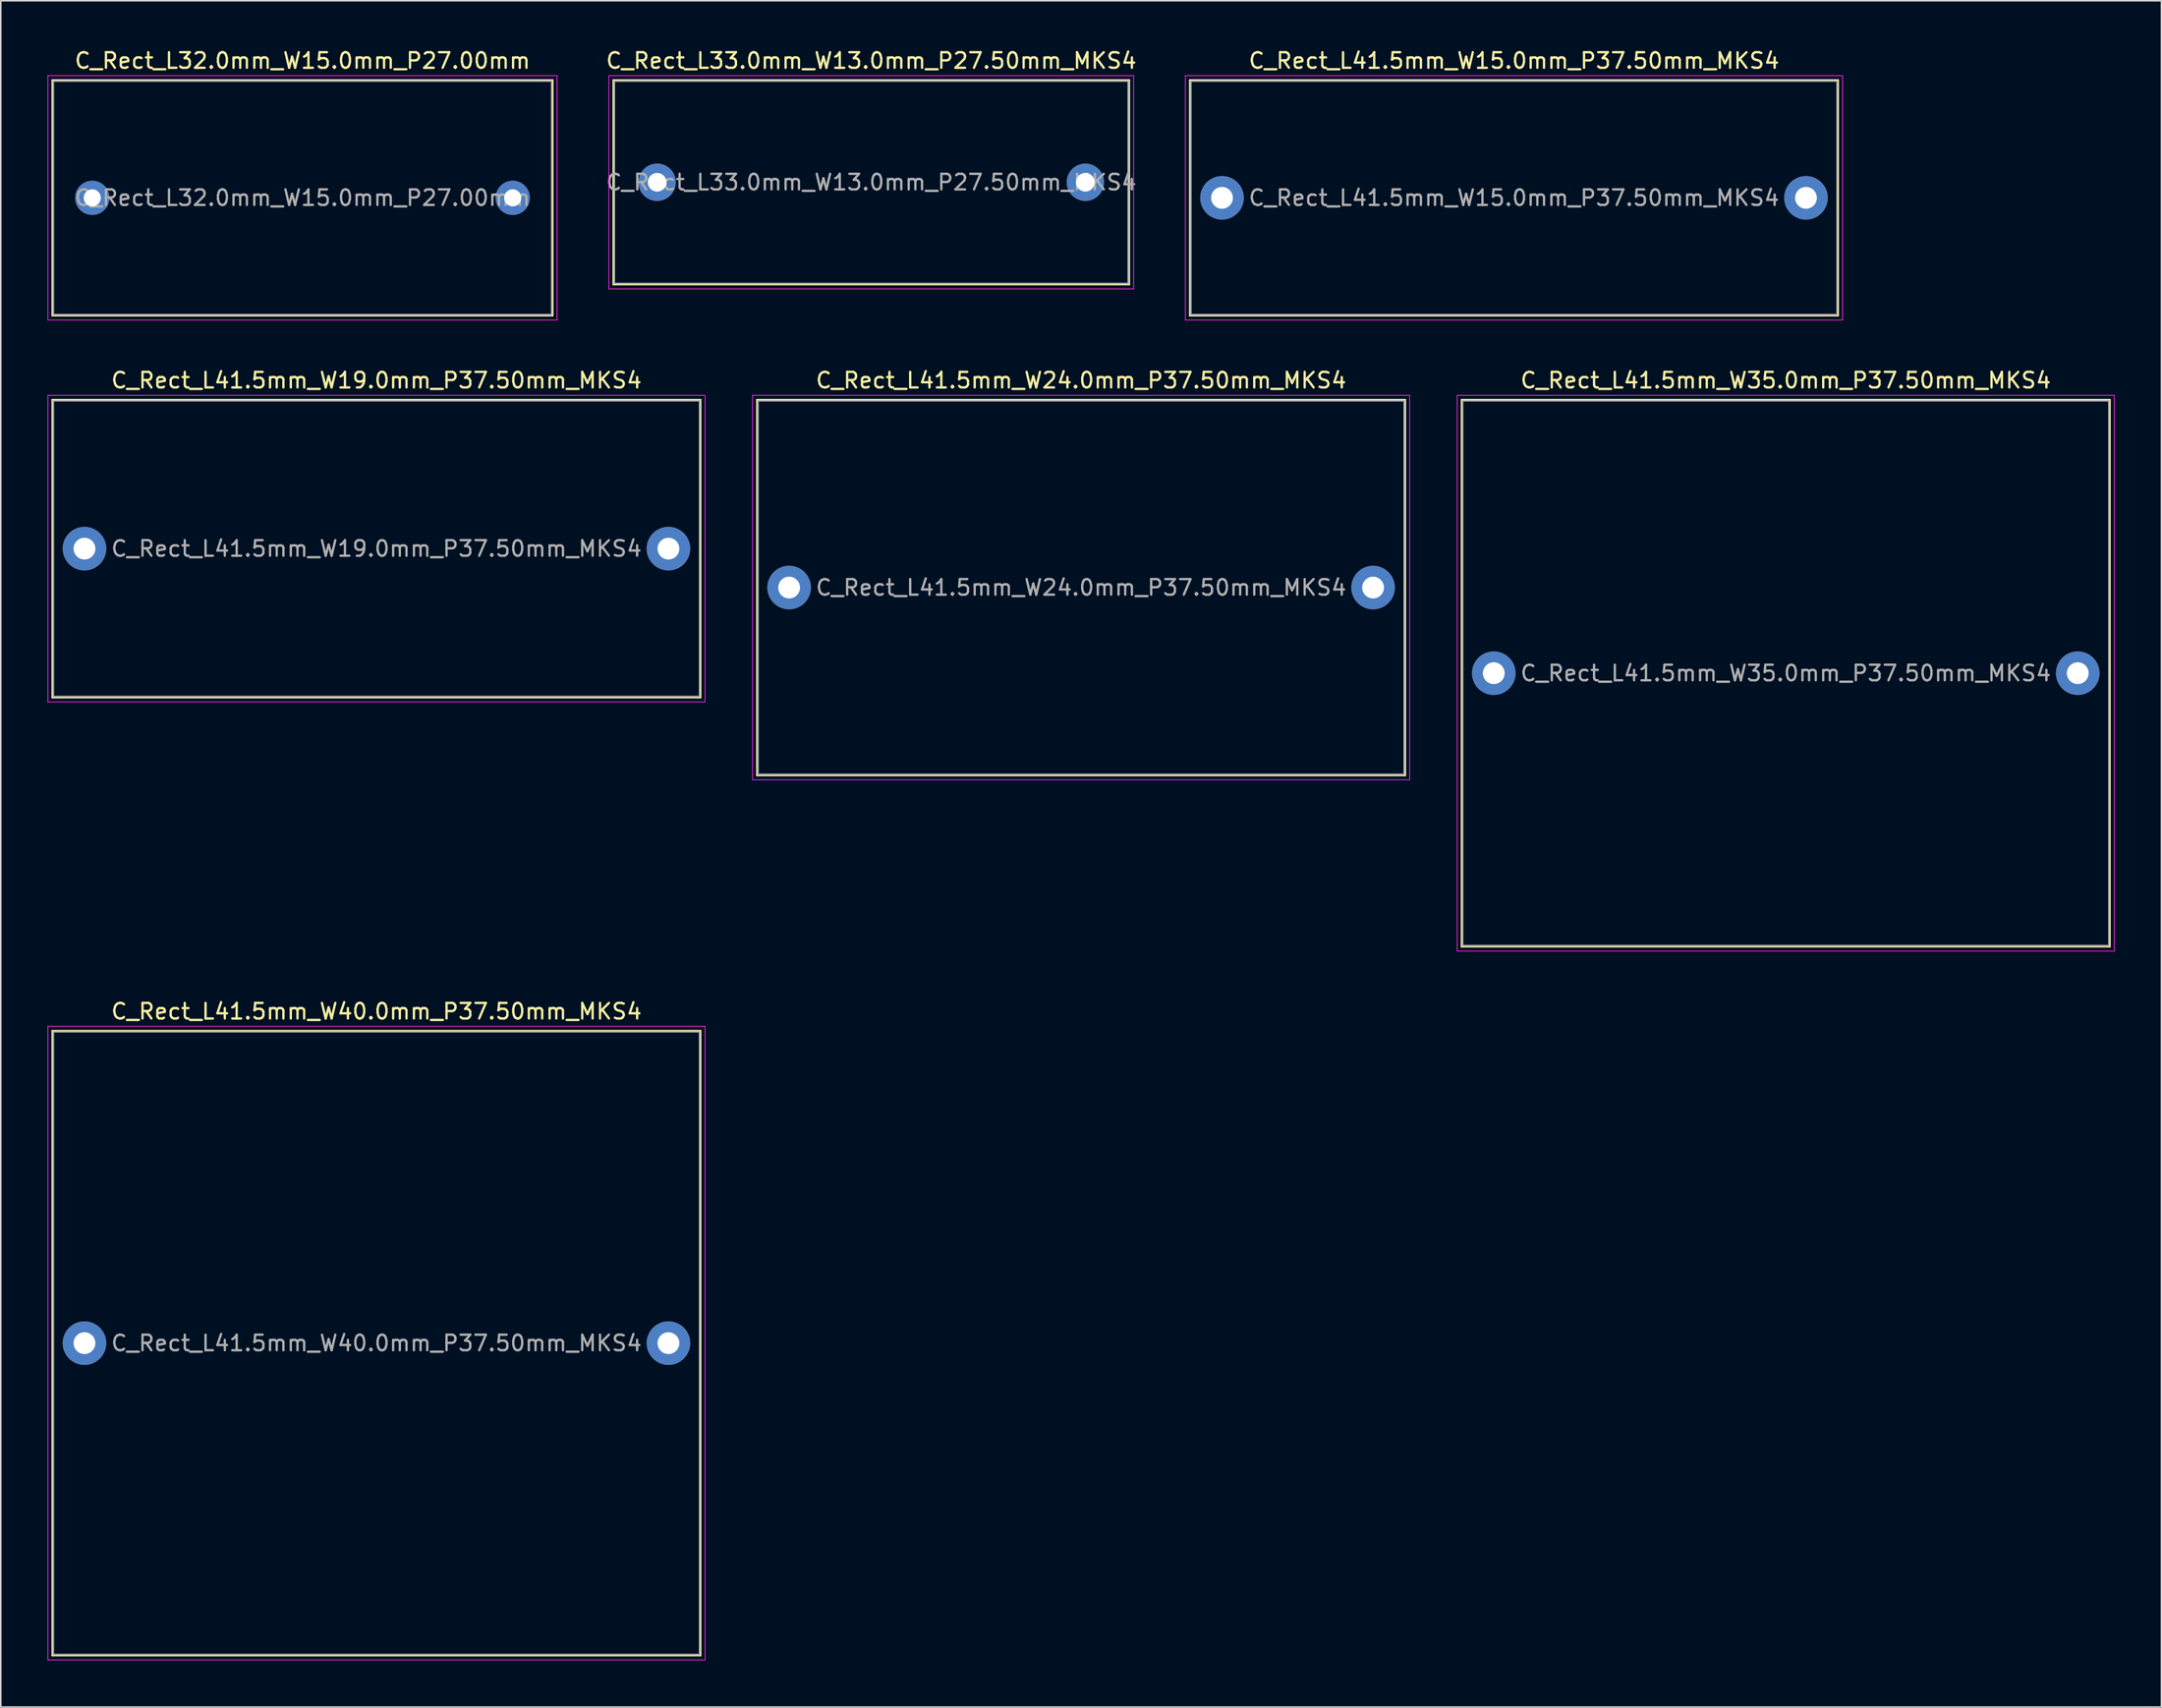
<source format=kicad_pcb>
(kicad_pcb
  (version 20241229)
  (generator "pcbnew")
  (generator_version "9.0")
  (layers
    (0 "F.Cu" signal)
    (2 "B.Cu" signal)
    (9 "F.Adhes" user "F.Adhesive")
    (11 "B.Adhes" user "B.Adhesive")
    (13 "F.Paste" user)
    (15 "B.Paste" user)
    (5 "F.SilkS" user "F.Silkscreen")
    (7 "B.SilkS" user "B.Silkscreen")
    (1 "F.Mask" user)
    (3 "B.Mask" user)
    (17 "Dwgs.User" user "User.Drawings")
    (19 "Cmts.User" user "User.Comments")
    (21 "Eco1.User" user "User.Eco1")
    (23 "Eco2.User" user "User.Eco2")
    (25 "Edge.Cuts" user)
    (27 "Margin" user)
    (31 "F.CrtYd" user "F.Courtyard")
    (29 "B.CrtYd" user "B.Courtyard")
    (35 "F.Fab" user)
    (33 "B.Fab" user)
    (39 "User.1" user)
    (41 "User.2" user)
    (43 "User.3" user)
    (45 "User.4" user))
  (footprint "C_Rect_L41.5mm_W35.0mm_P37.50mm_MKS4"
    (layer "F.Cu")
    (at 92.875 40.191)
    (property "Reference" "C_Rect_L41.5mm_W35.0mm_P37.50mm_MKS4" (at 18.75 -18.81 0) (layer "F.SilkS") (effects (font (size 1 1) (thickness 0.15))))
    (attr through_hole)
    (fp_line (start -2.06 -17.56) (end -2.06 17.56) (stroke (width 0.12) (type solid)) (layer "F.SilkS"))
    (fp_line (start -2.06 -17.56) (end 39.56 -17.56) (stroke (width 0.12) (type solid)) (layer "F.SilkS"))
    (fp_line (start -2.06 17.56) (end 39.56 17.56) (stroke (width 0.12) (type solid)) (layer "F.SilkS"))
    (fp_line (start 39.56 -17.56) (end 39.56 17.56) (stroke (width 0.12) (type solid)) (layer "F.SilkS"))
    (fp_line (start -2.35 -17.85) (end -2.35 17.85) (stroke (width 0.05) (type solid)) (layer "F.CrtYd"))
    (fp_line (start -2.35 17.85) (end 39.85 17.85) (stroke (width 0.05) (type solid)) (layer "F.CrtYd"))
    (fp_line (start 39.85 -17.85) (end -2.35 -17.85) (stroke (width 0.05) (type solid)) (layer "F.CrtYd"))
    (fp_line (start 39.85 17.85) (end 39.85 -17.85) (stroke (width 0.05) (type solid)) (layer "F.CrtYd"))
    (fp_line (start -2 -17.5) (end -2 17.5) (stroke (width 0.1) (type solid)) (layer "F.Fab"))
    (fp_line (start -2 17.5) (end 39.5 17.5) (stroke (width 0.1) (type solid)) (layer "F.Fab"))
    (fp_line (start 39.5 -17.5) (end -2 -17.5) (stroke (width 0.1) (type solid)) (layer "F.Fab"))
    (fp_line (start 39.5 17.5) (end 39.5 -17.5) (stroke (width 0.1) (type solid)) (layer "F.Fab"))
    (fp_text user "${REFERENCE}" (at 18.75 0 0) (layer "F.Fab") (effects (font (size 1 1) (thickness 0.15))))
    (pad "1" thru_hole circle (at 0 0) (size 2.8 2.8) (drill 1.4) (layers "*.Cu" "*.Mask"))
    (pad "2" thru_hole circle (at 37.5 0) (size 2.8 2.8) (drill 1.4) (layers "*.Cu" "*.Mask")))
  (footprint "C_Rect_L41.5mm_W15.0mm_P37.50mm_MKS4"
    (layer "F.Cu")
    (at 75.423 9.658)
    (property "Reference" "C_Rect_L41.5mm_W15.0mm_P37.50mm_MKS4" (at 18.75 -8.81 0) (layer "F.SilkS") (effects (font (size 1 1) (thickness 0.15))))
    (attr through_hole)
    (fp_line (start -2.06 -7.56) (end -2.06 7.56) (stroke (width 0.12) (type solid)) (layer "F.SilkS"))
    (fp_line (start -2.06 -7.56) (end 39.56 -7.56) (stroke (width 0.12) (type solid)) (layer "F.SilkS"))
    (fp_line (start -2.06 7.56) (end 39.56 7.56) (stroke (width 0.12) (type solid)) (layer "F.SilkS"))
    (fp_line (start 39.56 -7.56) (end 39.56 7.56) (stroke (width 0.12) (type solid)) (layer "F.SilkS"))
    (fp_line (start -2.35 -7.85) (end -2.35 7.85) (stroke (width 0.05) (type solid)) (layer "F.CrtYd"))
    (fp_line (start -2.35 7.85) (end 39.85 7.85) (stroke (width 0.05) (type solid)) (layer "F.CrtYd"))
    (fp_line (start 39.85 -7.85) (end -2.35 -7.85) (stroke (width 0.05) (type solid)) (layer "F.CrtYd"))
    (fp_line (start 39.85 7.85) (end 39.85 -7.85) (stroke (width 0.05) (type solid)) (layer "F.CrtYd"))
    (fp_line (start -2 -7.5) (end -2 7.5) (stroke (width 0.1) (type solid)) (layer "F.Fab"))
    (fp_line (start -2 7.5) (end 39.5 7.5) (stroke (width 0.1) (type solid)) (layer "F.Fab"))
    (fp_line (start 39.5 -7.5) (end -2 -7.5) (stroke (width 0.1) (type solid)) (layer "F.Fab"))
    (fp_line (start 39.5 7.5) (end 39.5 -7.5) (stroke (width 0.1) (type solid)) (layer "F.Fab"))
    (fp_text user "${REFERENCE}" (at 18.75 0 0) (layer "F.Fab") (effects (font (size 1 1) (thickness 0.15))))
    (pad "1" thru_hole circle (at 0 0) (size 2.8 2.8) (drill 1.4) (layers "*.Cu" "*.Mask"))
    (pad "2" thru_hole circle (at 37.5 0) (size 2.8 2.8) (drill 1.4) (layers "*.Cu" "*.Mask")))
  (footprint "C_Rect_L41.5mm_W24.0mm_P37.50mm_MKS4"
    (layer "F.Cu")
    (at 47.625 34.691)
    (property "Reference" "C_Rect_L41.5mm_W24.0mm_P37.50mm_MKS4" (at 18.75 -13.31 0) (layer "F.SilkS") (effects (font (size 1 1) (thickness 0.15))))
    (attr through_hole)
    (fp_line (start -2.06 -12.06) (end -2.06 12.06) (stroke (width 0.12) (type solid)) (layer "F.SilkS"))
    (fp_line (start -2.06 -12.06) (end 39.56 -12.06) (stroke (width 0.12) (type solid)) (layer "F.SilkS"))
    (fp_line (start -2.06 12.06) (end 39.56 12.06) (stroke (width 0.12) (type solid)) (layer "F.SilkS"))
    (fp_line (start 39.56 -12.06) (end 39.56 12.06) (stroke (width 0.12) (type solid)) (layer "F.SilkS"))
    (fp_line (start -2.35 -12.35) (end -2.35 12.35) (stroke (width 0.05) (type solid)) (layer "F.CrtYd"))
    (fp_line (start -2.35 12.35) (end 39.85 12.35) (stroke (width 0.05) (type solid)) (layer "F.CrtYd"))
    (fp_line (start 39.85 -12.35) (end -2.35 -12.35) (stroke (width 0.05) (type solid)) (layer "F.CrtYd"))
    (fp_line (start 39.85 12.35) (end 39.85 -12.35) (stroke (width 0.05) (type solid)) (layer "F.CrtYd"))
    (fp_line (start -2 -12) (end -2 12) (stroke (width 0.1) (type solid)) (layer "F.Fab"))
    (fp_line (start -2 12) (end 39.5 12) (stroke (width 0.1) (type solid)) (layer "F.Fab"))
    (fp_line (start 39.5 -12) (end -2 -12) (stroke (width 0.1) (type solid)) (layer "F.Fab"))
    (fp_line (start 39.5 12) (end 39.5 -12) (stroke (width 0.1) (type solid)) (layer "F.Fab"))
    (fp_text user "${REFERENCE}" (at 18.75 0 0) (layer "F.Fab") (effects (font (size 1 1) (thickness 0.15))))
    (pad "1" thru_hole circle (at 0 0) (size 2.8 2.8) (drill 1.4) (layers "*.Cu" "*.Mask"))
    (pad "2" thru_hole circle (at 37.5 0) (size 2.8 2.8) (drill 1.4) (layers "*.Cu" "*.Mask")))
  (footprint "C_Rect_L41.5mm_W40.0mm_P37.50mm_MKS4"
    (layer "F.Cu")
    (at 2.375 83.225)
    (property "Reference" "C_Rect_L41.5mm_W40.0mm_P37.50mm_MKS4" (at 18.75 -21.31 0) (layer "F.SilkS") (effects (font (size 1 1) (thickness 0.15))))
    (attr through_hole)
    (fp_line (start -2.06 -20.06) (end -2.06 20.06) (stroke (width 0.12) (type solid)) (layer "F.SilkS"))
    (fp_line (start -2.06 -20.06) (end 39.56 -20.06) (stroke (width 0.12) (type solid)) (layer "F.SilkS"))
    (fp_line (start -2.06 20.06) (end 39.56 20.06) (stroke (width 0.12) (type solid)) (layer "F.SilkS"))
    (fp_line (start 39.56 -20.06) (end 39.56 20.06) (stroke (width 0.12) (type solid)) (layer "F.SilkS"))
    (fp_line (start -2.35 -20.35) (end -2.35 20.35) (stroke (width 0.05) (type solid)) (layer "F.CrtYd"))
    (fp_line (start -2.35 20.35) (end 39.85 20.35) (stroke (width 0.05) (type solid)) (layer "F.CrtYd"))
    (fp_line (start 39.85 -20.35) (end -2.35 -20.35) (stroke (width 0.05) (type solid)) (layer "F.CrtYd"))
    (fp_line (start 39.85 20.35) (end 39.85 -20.35) (stroke (width 0.05) (type solid)) (layer "F.CrtYd"))
    (fp_line (start -2 -20) (end -2 20) (stroke (width 0.1) (type solid)) (layer "F.Fab"))
    (fp_line (start -2 20) (end 39.5 20) (stroke (width 0.1) (type solid)) (layer "F.Fab"))
    (fp_line (start 39.5 -20) (end -2 -20) (stroke (width 0.1) (type solid)) (layer "F.Fab"))
    (fp_line (start 39.5 20) (end 39.5 -20) (stroke (width 0.1) (type solid)) (layer "F.Fab"))
    (fp_text user "${REFERENCE}" (at 18.75 0 0) (layer "F.Fab") (effects (font (size 1 1) (thickness 0.15))))
    (pad "1" thru_hole circle (at 0 0) (size 2.8 2.8) (drill 1.4) (layers "*.Cu" "*.Mask"))
    (pad "2" thru_hole circle (at 37.5 0) (size 2.8 2.8) (drill 1.4) (layers "*.Cu" "*.Mask")))
  (footprint "C_Rect_L41.5mm_W19.0mm_P37.50mm_MKS4"
    (layer "F.Cu")
    (at 2.375 32.191)
    (property "Reference" "C_Rect_L41.5mm_W19.0mm_P37.50mm_MKS4" (at 18.75 -10.81 0) (layer "F.SilkS") (effects (font (size 1 1) (thickness 0.15))))
    (attr through_hole)
    (fp_line (start -2.06 -9.56) (end -2.06 9.56) (stroke (width 0.12) (type solid)) (layer "F.SilkS"))
    (fp_line (start -2.06 -9.56) (end 39.56 -9.56) (stroke (width 0.12) (type solid)) (layer "F.SilkS"))
    (fp_line (start -2.06 9.56) (end 39.56 9.56) (stroke (width 0.12) (type solid)) (layer "F.SilkS"))
    (fp_line (start 39.56 -9.56) (end 39.56 9.56) (stroke (width 0.12) (type solid)) (layer "F.SilkS"))
    (fp_line (start -2.35 -9.85) (end -2.35 9.85) (stroke (width 0.05) (type solid)) (layer "F.CrtYd"))
    (fp_line (start -2.35 9.85) (end 39.85 9.85) (stroke (width 0.05) (type solid)) (layer "F.CrtYd"))
    (fp_line (start 39.85 -9.85) (end -2.35 -9.85) (stroke (width 0.05) (type solid)) (layer "F.CrtYd"))
    (fp_line (start 39.85 9.85) (end 39.85 -9.85) (stroke (width 0.05) (type solid)) (layer "F.CrtYd"))
    (fp_line (start -2 -9.5) (end -2 9.5) (stroke (width 0.1) (type solid)) (layer "F.Fab"))
    (fp_line (start -2 9.5) (end 39.5 9.5) (stroke (width 0.1) (type solid)) (layer "F.Fab"))
    (fp_line (start 39.5 -9.5) (end -2 -9.5) (stroke (width 0.1) (type solid)) (layer "F.Fab"))
    (fp_line (start 39.5 9.5) (end 39.5 -9.5) (stroke (width 0.1) (type solid)) (layer "F.Fab"))
    (fp_text user "${REFERENCE}" (at 18.75 0 0) (layer "F.Fab") (effects (font (size 1 1) (thickness 0.15))))
    (pad "1" thru_hole circle (at 0 0) (size 2.8 2.8) (drill 1.4) (layers "*.Cu" "*.Mask"))
    (pad "2" thru_hole circle (at 37.5 0) (size 2.8 2.8) (drill 1.4) (layers "*.Cu" "*.Mask")))
  (footprint "C_Rect_L32.0mm_W15.0mm_P27.00mm"
    (layer "F.Cu")
    (at 2.875 9.658)
    (property "Reference" "C_Rect_L32.0mm_W15.0mm_P27.00mm" (at 13.5 -8.81 0) (layer "F.SilkS") (effects (font (size 1 1) (thickness 0.15))))
    (attr through_hole)
    (fp_line (start -2.56 -7.56) (end -2.56 7.56) (stroke (width 0.12) (type solid)) (layer "F.SilkS"))
    (fp_line (start -2.56 -7.56) (end 29.56 -7.56) (stroke (width 0.12) (type solid)) (layer "F.SilkS"))
    (fp_line (start -2.56 7.56) (end 29.56 7.56) (stroke (width 0.12) (type solid)) (layer "F.SilkS"))
    (fp_line (start 29.56 -7.56) (end 29.56 7.56) (stroke (width 0.12) (type solid)) (layer "F.SilkS"))
    (fp_line (start -2.85 -7.85) (end -2.85 7.85) (stroke (width 0.05) (type solid)) (layer "F.CrtYd"))
    (fp_line (start -2.85 7.85) (end 29.85 7.85) (stroke (width 0.05) (type solid)) (layer "F.CrtYd"))
    (fp_line (start 29.85 -7.85) (end -2.85 -7.85) (stroke (width 0.05) (type solid)) (layer "F.CrtYd"))
    (fp_line (start 29.85 7.85) (end 29.85 -7.85) (stroke (width 0.05) (type solid)) (layer "F.CrtYd"))
    (fp_line (start -2.5 -7.5) (end -2.5 7.5) (stroke (width 0.1) (type solid)) (layer "F.Fab"))
    (fp_line (start -2.5 7.5) (end 29.5 7.5) (stroke (width 0.1) (type solid)) (layer "F.Fab"))
    (fp_line (start 29.5 -7.5) (end -2.5 -7.5) (stroke (width 0.1) (type solid)) (layer "F.Fab"))
    (fp_line (start 29.5 7.5) (end 29.5 -7.5) (stroke (width 0.1) (type solid)) (layer "F.Fab"))
    (fp_text user "${REFERENCE}" (at 13.5 0 0) (layer "F.Fab") (effects (font (size 1 1) (thickness 0.15))))
    (pad "1" thru_hole circle (at 0 0) (size 2.2 2.2) (drill 1.1) (layers "*.Cu" "*.Mask"))
    (pad "2" thru_hole circle (at 27 0) (size 2.2 2.2) (drill 1.1) (layers "*.Cu" "*.Mask")))
  (footprint "C_Rect_L33.0mm_W13.0mm_P27.50mm_MKS4"
    (layer "F.Cu")
    (at 39.149 8.658)
    (property "Reference" "C_Rect_L33.0mm_W13.0mm_P27.50mm_MKS4" (at 13.75 -7.81 0) (layer "F.SilkS") (effects (font (size 1 1) (thickness 0.15))))
    (attr through_hole)
    (fp_line (start -2.81 -6.56) (end -2.81 6.56) (stroke (width 0.12) (type solid)) (layer "F.SilkS"))
    (fp_line (start -2.81 -6.56) (end 30.31 -6.56) (stroke (width 0.12) (type solid)) (layer "F.SilkS"))
    (fp_line (start -2.81 6.56) (end 30.31 6.56) (stroke (width 0.12) (type solid)) (layer "F.SilkS"))
    (fp_line (start 30.31 -6.56) (end 30.31 6.56) (stroke (width 0.12) (type solid)) (layer "F.SilkS"))
    (fp_line (start -3.1 -6.85) (end -3.1 6.85) (stroke (width 0.05) (type solid)) (layer "F.CrtYd"))
    (fp_line (start -3.1 6.85) (end 30.6 6.85) (stroke (width 0.05) (type solid)) (layer "F.CrtYd"))
    (fp_line (start 30.6 -6.85) (end -3.1 -6.85) (stroke (width 0.05) (type solid)) (layer "F.CrtYd"))
    (fp_line (start 30.6 6.85) (end 30.6 -6.85) (stroke (width 0.05) (type solid)) (layer "F.CrtYd"))
    (fp_line (start -2.75 -6.5) (end -2.75 6.5) (stroke (width 0.1) (type solid)) (layer "F.Fab"))
    (fp_line (start -2.75 6.5) (end 30.25 6.5) (stroke (width 0.1) (type solid)) (layer "F.Fab"))
    (fp_line (start 30.25 -6.5) (end -2.75 -6.5) (stroke (width 0.1) (type solid)) (layer "F.Fab"))
    (fp_line (start 30.25 6.5) (end 30.25 -6.5) (stroke (width 0.1) (type solid)) (layer "F.Fab"))
    (fp_text user "${REFERENCE}" (at 13.75 0 0) (layer "F.Fab") (effects (font (size 1 1) (thickness 0.15))))
    (pad "1" thru_hole circle (at 0 0) (size 2.4 2.4) (drill 1.2) (layers "*.Cu" "*.Mask"))
    (pad "2" thru_hole circle (at 27.5 0) (size 2.4 2.4) (drill 1.2) (layers "*.Cu" "*.Mask")))
  (gr_rect
    (start -3 -3)
    (end 135.75 106.6)
    (stroke (width 0.1) (type default))
    (fill no)
    (layer "Edge.Cuts")))
</source>
